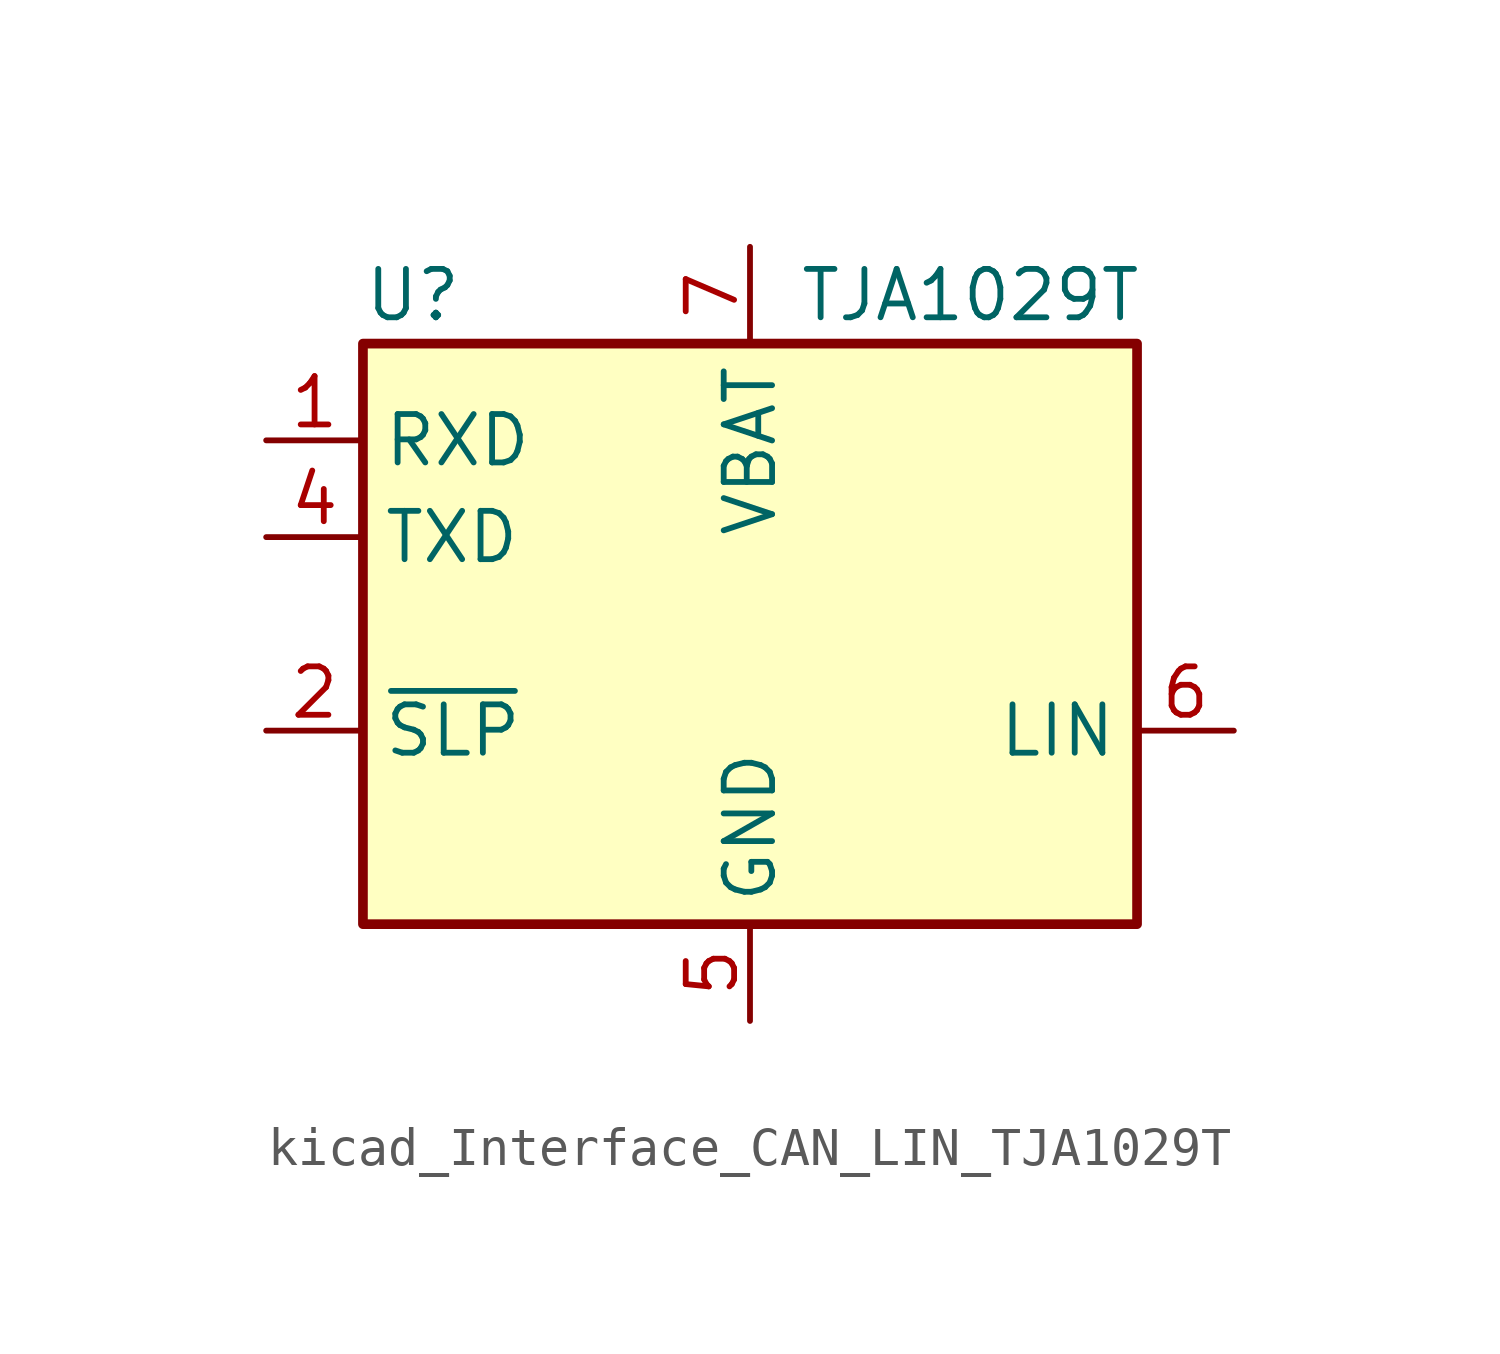
<source format=kicad_sym>
(kicad_symbol_lib
  (version 20220914)
  (generator kicad_symbol_editor)
  (symbol "kicad_Interface_CAN_LIN_TJA1029T"
    (property "Reference" "U"
      (at -10.16 8.89 0)
      (effects (font (size 1.27 1.27)) (justify left)))
    (property "Value" "TJA1029T"
      (at 1.27 8.89 0)
      (effects (font (size 1.27 1.27)) (justify left)))
    (symbol "kicad_Interface_CAN_LIN_TJA1029T_0_1"
      (rectangle (start -10.16 7.62) (end 10.16 -7.62) (stroke (width 0.254) (type default)) (fill (type background))))
    (symbol "kicad_Interface_CAN_LIN_TJA1029T_1_1"
      (pin open_collector line (at -12.7 5.08 0) (length 2.54) (name "RXD" (effects (font (size 1.27 1.27)))) (number "1" (effects (font (size 1.27 1.27)))))
      (pin input line (at -12.7 -2.54 0) (length 2.54) (name "~{SLP}" (effects (font (size 1.27 1.27)))) (number "2" (effects (font (size 1.27 1.27)))))
      (pin no_connect line (at -10.16 -5.08 0) (length 2.54) hide (name "NC" (effects (font (size 1.27 1.27)))) (number "3" (effects (font (size 1.27 1.27)))))
      (pin input line (at -12.7 2.54 0) (length 2.54) (name "TXD" (effects (font (size 1.27 1.27)))) (number "4" (effects (font (size 1.27 1.27)))))
      (pin power_in line (at 0 -10.16 90) (length 2.54) (name "GND" (effects (font (size 1.27 1.27)))) (number "5" (effects (font (size 1.27 1.27)))))
      (pin bidirectional line (at 12.7 -2.54 180) (length 2.54) (name "LIN" (effects (font (size 1.27 1.27)))) (number "6" (effects (font (size 1.27 1.27)))))
      (pin power_in line (at 0 10.16 270) (length 2.54) (name "VBAT" (effects (font (size 1.27 1.27)))) (number "7" (effects (font (size 1.27 1.27)))))
      (pin no_connect line (at 10.16 2.54 180) (length 2.54) hide (name "NC" (effects (font (size 1.27 1.27)))) (number "8" (effects (font (size 1.27 1.27))))))))
</source>
